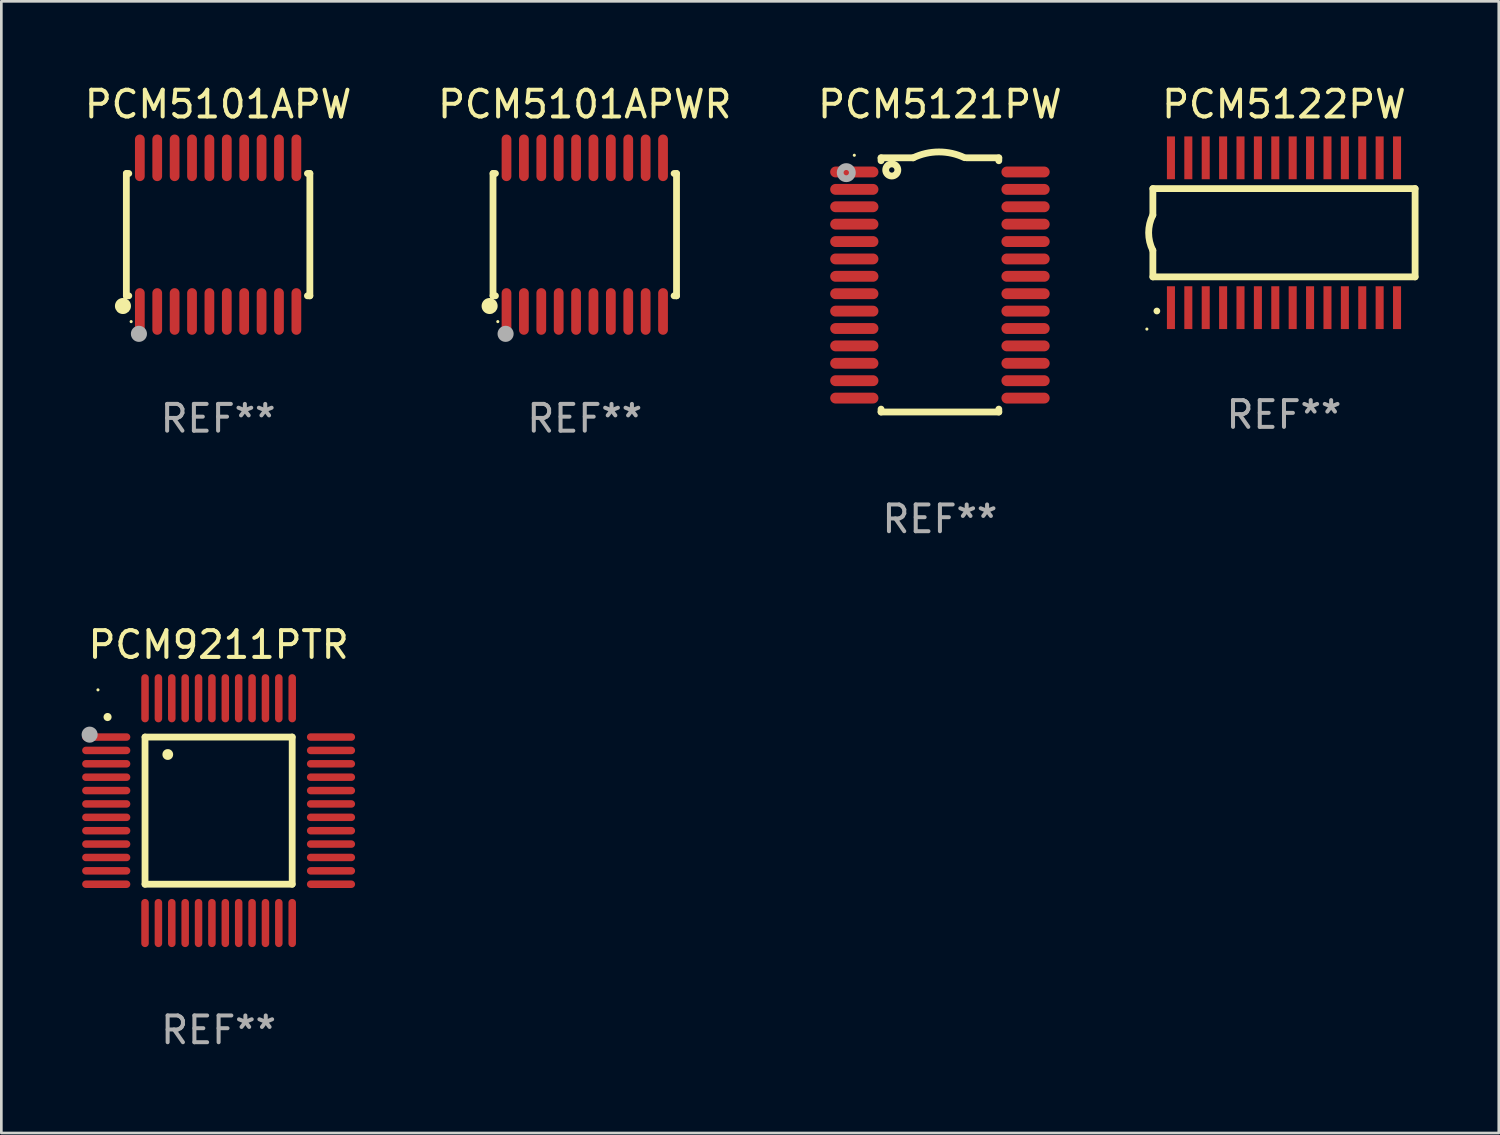
<source format=kicad_pcb>
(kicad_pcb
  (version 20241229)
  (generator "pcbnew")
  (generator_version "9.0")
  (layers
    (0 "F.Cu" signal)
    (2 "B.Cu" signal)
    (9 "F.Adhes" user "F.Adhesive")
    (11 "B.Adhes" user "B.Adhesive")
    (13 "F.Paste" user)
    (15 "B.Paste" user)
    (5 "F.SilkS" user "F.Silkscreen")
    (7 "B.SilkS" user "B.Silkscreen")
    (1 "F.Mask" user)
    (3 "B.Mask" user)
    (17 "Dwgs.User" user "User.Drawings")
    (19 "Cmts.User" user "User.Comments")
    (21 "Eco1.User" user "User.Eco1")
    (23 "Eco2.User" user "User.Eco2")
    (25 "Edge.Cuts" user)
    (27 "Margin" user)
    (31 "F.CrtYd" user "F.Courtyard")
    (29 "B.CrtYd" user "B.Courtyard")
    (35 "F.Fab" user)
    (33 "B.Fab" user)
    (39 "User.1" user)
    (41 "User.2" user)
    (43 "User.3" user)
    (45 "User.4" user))
  (footprint "PCM9211PTR"
    (layer "F.Cu")
    (at 5.12 27.245)
    (property "Reference" "PCM9211PTR" (at 0 -6.2 0) (layer "F.SilkS") (effects (font (size 1 1) (thickness 0.15))))
    (attr through_hole)
    (fp_line (start -2.75 -2.75) (end 2.75 -2.75) (stroke (width 0.254) (type solid)) (layer "F.SilkS"))
    (fp_line (start -2.75 2.75) (end -2.75 -2.75) (stroke (width 0.254) (type solid)) (layer "F.SilkS"))
    (fp_line (start 2.75 -2.75) (end 2.75 2.75) (stroke (width 0.254) (type solid)) (layer "F.SilkS"))
    (fp_line (start 2.75 2.75) (end -2.75 2.75) (stroke (width 0.254) (type solid)) (layer "F.SilkS"))
    (fp_arc (start -4.150368 -3.497587) (mid -4.150373 -3.498857) (end -4.150368 -3.500127) (stroke (width 0.3) (type solid)) (layer "F.SilkS"))
    (fp_arc (start -1.899924 -2.095504) (mid -1.89994 -2.098044) (end -1.899924 -2.100584) (stroke (width 0.4) (type solid)) (layer "F.SilkS"))
    (fp_circle (center -4.509 -4.513) (end -4.479 -4.513) (stroke (width 0.06) (type solid)) (fill no) (layer "F.SilkS"))
    (fp_circle (center -4.82 -2.84) (end -4.67 -2.84) (stroke (width 0.3) (type solid)) (fill no) (layer "F.Fab"))
    (fp_text user "REF**" (at 0 8.2 0) (layer "F.Fab") (effects (font (size 1 1) (thickness 0.15))))
    (pad "1" smd oval (at -4.2 -2.75 90) (size 0.28 1.8) (layers "F.Cu" "F.Mask" "F.Paste"))
    (pad "2" smd oval (at -4.2 -2.25 90) (size 0.28 1.8) (layers "F.Cu" "F.Mask" "F.Paste"))
    (pad "3" smd oval (at -4.2 -1.75 90) (size 0.28 1.8) (layers "F.Cu" "F.Mask" "F.Paste"))
    (pad "4" smd oval (at -4.2 -1.25 90) (size 0.28 1.8) (layers "F.Cu" "F.Mask" "F.Paste"))
    (pad "5" smd oval (at -4.2 -0.75 90) (size 0.28 1.8) (layers "F.Cu" "F.Mask" "F.Paste"))
    (pad "6" smd oval (at -4.2 -0.25 90) (size 0.28 1.8) (layers "F.Cu" "F.Mask" "F.Paste"))
    (pad "7" smd oval (at -4.2 0.25 90) (size 0.28 1.8) (layers "F.Cu" "F.Mask" "F.Paste"))
    (pad "8" smd oval (at -4.2 0.75 90) (size 0.28 1.8) (layers "F.Cu" "F.Mask" "F.Paste"))
    (pad "9" smd oval (at -4.2 1.25 90) (size 0.28 1.8) (layers "F.Cu" "F.Mask" "F.Paste"))
    (pad "10" smd oval (at -4.2 1.75 90) (size 0.28 1.8) (layers "F.Cu" "F.Mask" "F.Paste"))
    (pad "11" smd oval (at -4.2 2.25 90) (size 0.28 1.8) (layers "F.Cu" "F.Mask" "F.Paste"))
    (pad "12" smd oval (at -4.2 2.75 90) (size 0.28 1.8) (layers "F.Cu" "F.Mask" "F.Paste"))
    (pad "13" smd oval (at -2.75 4.2) (size 0.28 1.8) (layers "F.Cu" "F.Mask" "F.Paste"))
    (pad "14" smd oval (at -2.25 4.2) (size 0.28 1.8) (layers "F.Cu" "F.Mask" "F.Paste"))
    (pad "15" smd oval (at -1.75 4.2) (size 0.28 1.8) (layers "F.Cu" "F.Mask" "F.Paste"))
    (pad "16" smd oval (at -1.25 4.2) (size 0.28 1.8) (layers "F.Cu" "F.Mask" "F.Paste"))
    (pad "17" smd oval (at -0.75 4.2) (size 0.28 1.8) (layers "F.Cu" "F.Mask" "F.Paste"))
    (pad "18" smd oval (at -0.25 4.2) (size 0.28 1.8) (layers "F.Cu" "F.Mask" "F.Paste"))
    (pad "19" smd oval (at 0.25 4.2) (size 0.28 1.8) (layers "F.Cu" "F.Mask" "F.Paste"))
    (pad "20" smd oval (at 0.75 4.2) (size 0.28 1.8) (layers "F.Cu" "F.Mask" "F.Paste"))
    (pad "21" smd oval (at 1.25 4.2) (size 0.28 1.8) (layers "F.Cu" "F.Mask" "F.Paste"))
    (pad "22" smd oval (at 1.75 4.2) (size 0.28 1.8) (layers "F.Cu" "F.Mask" "F.Paste"))
    (pad "23" smd oval (at 2.25 4.2) (size 0.28 1.8) (layers "F.Cu" "F.Mask" "F.Paste"))
    (pad "24" smd oval (at 2.75 4.2) (size 0.28 1.8) (layers "F.Cu" "F.Mask" "F.Paste"))
    (pad "25" smd oval (at 4.2 2.75 90) (size 0.28 1.8) (layers "F.Cu" "F.Mask" "F.Paste"))
    (pad "26" smd oval (at 4.2 2.25 90) (size 0.28 1.8) (layers "F.Cu" "F.Mask" "F.Paste"))
    (pad "27" smd oval (at 4.2 1.75 90) (size 0.28 1.8) (layers "F.Cu" "F.Mask" "F.Paste"))
    (pad "28" smd oval (at 4.2 1.25 90) (size 0.28 1.8) (layers "F.Cu" "F.Mask" "F.Paste"))
    (pad "29" smd oval (at 4.2 0.75 90) (size 0.28 1.8) (layers "F.Cu" "F.Mask" "F.Paste"))
    (pad "30" smd oval (at 4.2 0.25 90) (size 0.28 1.8) (layers "F.Cu" "F.Mask" "F.Paste"))
    (pad "31" smd oval (at 4.2 -0.25 90) (size 0.28 1.8) (layers "F.Cu" "F.Mask" "F.Paste"))
    (pad "32" smd oval (at 4.2 -0.75 90) (size 0.28 1.8) (layers "F.Cu" "F.Mask" "F.Paste"))
    (pad "33" smd oval (at 4.2 -1.25 90) (size 0.28 1.8) (layers "F.Cu" "F.Mask" "F.Paste"))
    (pad "34" smd oval (at 4.2 -1.75 90) (size 0.28 1.8) (layers "F.Cu" "F.Mask" "F.Paste"))
    (pad "35" smd oval (at 4.2 -2.25 90) (size 0.28 1.8) (layers "F.Cu" "F.Mask" "F.Paste"))
    (pad "36" smd oval (at 4.2 -2.75 90) (size 0.28 1.8) (layers "F.Cu" "F.Mask" "F.Paste"))
    (pad "37" smd oval (at 2.75 -4.2) (size 0.28 1.8) (layers "F.Cu" "F.Mask" "F.Paste"))
    (pad "38" smd oval (at 2.25 -4.2) (size 0.28 1.8) (layers "F.Cu" "F.Mask" "F.Paste"))
    (pad "39" smd oval (at 1.75 -4.2) (size 0.28 1.8) (layers "F.Cu" "F.Mask" "F.Paste"))
    (pad "40" smd oval (at 1.25 -4.2) (size 0.28 1.8) (layers "F.Cu" "F.Mask" "F.Paste"))
    (pad "41" smd oval (at 0.75 -4.2) (size 0.28 1.8) (layers "F.Cu" "F.Mask" "F.Paste"))
    (pad "42" smd oval (at 0.25 -4.2) (size 0.28 1.8) (layers "F.Cu" "F.Mask" "F.Paste"))
    (pad "43" smd oval (at -0.25 -4.2) (size 0.28 1.8) (layers "F.Cu" "F.Mask" "F.Paste"))
    (pad "44" smd oval (at -0.75 -4.2) (size 0.28 1.8) (layers "F.Cu" "F.Mask" "F.Paste"))
    (pad "45" smd oval (at -1.25 -4.2) (size 0.28 1.8) (layers "F.Cu" "F.Mask" "F.Paste"))
    (pad "46" smd oval (at -1.75 -4.2) (size 0.28 1.8) (layers "F.Cu" "F.Mask" "F.Paste"))
    (pad "47" smd oval (at -2.25 -4.2) (size 0.28 1.8) (layers "F.Cu" "F.Mask" "F.Paste"))
    (pad "48" smd oval (at -2.75 -4.2) (size 0.28 1.8) (layers "F.Cu" "F.Mask" "F.Paste")))
  (footprint "PCM5121PW"
    (layer "F.Cu")
    (at 32.077 7.598)
    (property "Reference" "PCM5121PW" (at 0 -6.75 0) (layer "F.SilkS") (effects (font (size 1 1) (thickness 0.15))))
    (attr through_hole)
    (fp_line (start -2.2 -4.75) (end -2.2 -4.641) (stroke (width 0.254) (type solid)) (layer "F.SilkS"))
    (fp_line (start -2.2 -4.75) (end -1 -4.75) (stroke (width 0.254) (type solid)) (layer "F.SilkS"))
    (fp_line (start -2.2 4.641) (end -2.2 4.75) (stroke (width 0.254) (type solid)) (layer "F.SilkS"))
    (fp_line (start -2.2 4.75) (end 2.2 4.75) (stroke (width 0.254) (type solid)) (layer "F.SilkS"))
    (fp_line (start 2.2 -4.75) (end 1 -4.75) (stroke (width 0.254) (type solid)) (layer "F.SilkS"))
    (fp_line (start 2.2 -4.75) (end 2.2 -4.641) (stroke (width 0.254) (type solid)) (layer "F.SilkS"))
    (fp_line (start 2.2 4.641) (end 2.2 4.75) (stroke (width 0.254) (type solid)) (layer "F.SilkS"))
    (fp_arc (start -1.000025 -4.750013) (mid -0.040073 -4.969719) (end 0.920777 -4.753975) (stroke (width 0.254001) (type solid)) (layer "F.SilkS"))
    (fp_circle (center -3.2 -4.846) (end -3.17 -4.846) (stroke (width 0.06) (type solid)) (fill no) (layer "F.SilkS"))
    (fp_circle (center -1.8 -4.296) (end -1.7 -4.296) (stroke (width 0.254) (type solid)) (fill no) (layer "F.SilkS"))
    (fp_circle (center -3.5 -4.196) (end -3.4 -4.196) (stroke (width 0.254) (type solid)) (fill no) (layer "F.Fab"))
    (fp_text user "REF**" (at 0 8.75 0) (layer "F.Fab") (effects (font (size 1 1) (thickness 0.15))))
    (pad "1" smd oval (at -3.2 -4.221) (size 1.803 0.406) (layers "F.Cu" "F.Mask" "F.Paste"))
    (pad "2" smd oval (at -3.2 -3.571) (size 1.803 0.406) (layers "F.Cu" "F.Mask" "F.Paste"))
    (pad "3" smd oval (at -3.2 -2.921) (size 1.803 0.406) (layers "F.Cu" "F.Mask" "F.Paste"))
    (pad "4" smd oval (at -3.2 -2.271) (size 1.803 0.406) (layers "F.Cu" "F.Mask" "F.Paste"))
    (pad "5" smd oval (at -3.2 -1.621) (size 1.803 0.406) (layers "F.Cu" "F.Mask" "F.Paste"))
    (pad "6" smd oval (at -3.2 -0.971) (size 1.803 0.406) (layers "F.Cu" "F.Mask" "F.Paste"))
    (pad "7" smd oval (at -3.2 -0.321) (size 1.803 0.406) (layers "F.Cu" "F.Mask" "F.Paste"))
    (pad "8" smd oval (at -3.2 0.329) (size 1.803 0.406) (layers "F.Cu" "F.Mask" "F.Paste"))
    (pad "9" smd oval (at -3.2 0.979) (size 1.803 0.406) (layers "F.Cu" "F.Mask" "F.Paste"))
    (pad "10" smd oval (at -3.2 1.629) (size 1.803 0.406) (layers "F.Cu" "F.Mask" "F.Paste"))
    (pad "11" smd oval (at -3.2 2.279) (size 1.803 0.406) (layers "F.Cu" "F.Mask" "F.Paste"))
    (pad "12" smd oval (at -3.2 2.929) (size 1.803 0.406) (layers "F.Cu" "F.Mask" "F.Paste"))
    (pad "13" smd oval (at -3.2 3.579) (size 1.803 0.406) (layers "F.Cu" "F.Mask" "F.Paste"))
    (pad "14" smd oval (at -3.2 4.229) (size 1.803 0.406) (layers "F.Cu" "F.Mask" "F.Paste"))
    (pad "15" smd oval (at 3.2 4.229) (size 1.803 0.406) (layers "F.Cu" "F.Mask" "F.Paste"))
    (pad "16" smd oval (at 3.2 3.579) (size 1.803 0.406) (layers "F.Cu" "F.Mask" "F.Paste"))
    (pad "17" smd oval (at 3.2 2.929) (size 1.803 0.406) (layers "F.Cu" "F.Mask" "F.Paste"))
    (pad "18" smd oval (at 3.2 2.279) (size 1.803 0.406) (layers "F.Cu" "F.Mask" "F.Paste"))
    (pad "19" smd oval (at 3.2 1.629) (size 1.803 0.406) (layers "F.Cu" "F.Mask" "F.Paste"))
    (pad "20" smd oval (at 3.2 0.979) (size 1.803 0.406) (layers "F.Cu" "F.Mask" "F.Paste"))
    (pad "21" smd oval (at 3.2 0.329) (size 1.803 0.406) (layers "F.Cu" "F.Mask" "F.Paste"))
    (pad "22" smd oval (at 3.2 -0.321) (size 1.803 0.406) (layers "F.Cu" "F.Mask" "F.Paste"))
    (pad "23" smd oval (at 3.2 -0.971) (size 1.803 0.406) (layers "F.Cu" "F.Mask" "F.Paste"))
    (pad "24" smd oval (at 3.2 -1.621) (size 1.803 0.406) (layers "F.Cu" "F.Mask" "F.Paste"))
    (pad "25" smd oval (at 3.2 -2.271) (size 1.803 0.406) (layers "F.Cu" "F.Mask" "F.Paste"))
    (pad "26" smd oval (at 3.2 -2.921) (size 1.803 0.406) (layers "F.Cu" "F.Mask" "F.Paste"))
    (pad "27" smd oval (at 3.2 -3.571) (size 1.803 0.406) (layers "F.Cu" "F.Mask" "F.Paste"))
    (pad "28" smd oval (at 3.2 -4.221) (size 1.803 0.406) (layers "F.Cu" "F.Mask" "F.Paste")))
  (footprint "PCM5101APWR"
    (layer "F.Cu")
    (at 18.804 5.719)
    (property "Reference" "PCM5101APWR" (at 0 -4.871 0) (layer "F.SilkS") (effects (font (size 1 1) (thickness 0.15))))
    (attr through_hole)
    (fp_line (start -3.429 -2.286) (end -3.429 2.286) (stroke (width 0.254) (type solid)) (layer "F.SilkS"))
    (fp_line (start -3.429 2.286) (end -3.338 2.286) (stroke (width 0.254) (type solid)) (layer "F.SilkS"))
    (fp_line (start -3.338 -2.286) (end -3.429 -2.286) (stroke (width 0.254) (type solid)) (layer "F.SilkS"))
    (fp_line (start 3.338 -2.286) (end 3.429 -2.286) (stroke (width 0.254) (type solid)) (layer "F.SilkS"))
    (fp_line (start 3.429 -2.286) (end 3.429 2.286) (stroke (width 0.254) (type solid)) (layer "F.SilkS"))
    (fp_line (start 3.429 2.286) (end 3.338 2.286) (stroke (width 0.254) (type solid)) (layer "F.SilkS"))
    (fp_circle (center -3.556 2.667) (end -3.406 2.667) (stroke (width 0.3) (type solid)) (fill no) (layer "F.SilkS"))
    (fp_circle (center -3.25 3.25) (end -3.22 3.25) (stroke (width 0.06) (type solid)) (fill no) (layer "F.SilkS"))
    (fp_circle (center -2.959 3.707) (end -2.808 3.707) (stroke (width 0.3) (type solid)) (fill no) (layer "F.Fab"))
    (fp_text user "REF**" (at 0 6.871 0) (layer "F.Fab") (effects (font (size 1 1) (thickness 0.15))))
    (pad "1" smd oval (at -2.925 2.871) (size 0.364 1.742) (layers "F.Cu" "F.Mask" "F.Paste"))
    (pad "2" smd oval (at -2.275 2.871) (size 0.364 1.742) (layers "F.Cu" "F.Mask" "F.Paste"))
    (pad "3" smd oval (at -1.625 2.871) (size 0.364 1.742) (layers "F.Cu" "F.Mask" "F.Paste"))
    (pad "4" smd oval (at -0.975 2.871) (size 0.364 1.742) (layers "F.Cu" "F.Mask" "F.Paste"))
    (pad "5" smd oval (at -0.325 2.871) (size 0.364 1.742) (layers "F.Cu" "F.Mask" "F.Paste"))
    (pad "6" smd oval (at 0.325 2.871) (size 0.364 1.742) (layers "F.Cu" "F.Mask" "F.Paste"))
    (pad "7" smd oval (at 0.975 2.871) (size 0.364 1.742) (layers "F.Cu" "F.Mask" "F.Paste"))
    (pad "8" smd oval (at 1.625 2.871) (size 0.364 1.742) (layers "F.Cu" "F.Mask" "F.Paste"))
    (pad "9" smd oval (at 2.275 2.871) (size 0.364 1.742) (layers "F.Cu" "F.Mask" "F.Paste"))
    (pad "10" smd oval (at 2.925 2.871) (size 0.364 1.742) (layers "F.Cu" "F.Mask" "F.Paste"))
    (pad "11" smd oval (at 2.925 -2.871) (size 0.364 1.742) (layers "F.Cu" "F.Mask" "F.Paste"))
    (pad "12" smd oval (at 2.275 -2.871) (size 0.364 1.742) (layers "F.Cu" "F.Mask" "F.Paste"))
    (pad "13" smd oval (at 1.625 -2.871) (size 0.364 1.742) (layers "F.Cu" "F.Mask" "F.Paste"))
    (pad "14" smd oval (at 0.975 -2.871) (size 0.364 1.742) (layers "F.Cu" "F.Mask" "F.Paste"))
    (pad "15" smd oval (at 0.325 -2.871) (size 0.364 1.742) (layers "F.Cu" "F.Mask" "F.Paste"))
    (pad "16" smd oval (at -0.325 -2.871) (size 0.364 1.742) (layers "F.Cu" "F.Mask" "F.Paste"))
    (pad "17" smd oval (at -0.975 -2.871) (size 0.364 1.742) (layers "F.Cu" "F.Mask" "F.Paste"))
    (pad "18" smd oval (at -1.625 -2.871) (size 0.364 1.742) (layers "F.Cu" "F.Mask" "F.Paste"))
    (pad "19" smd oval (at -2.275 -2.871) (size 0.364 1.742) (layers "F.Cu" "F.Mask" "F.Paste"))
    (pad "20" smd oval (at -2.925 -2.871) (size 0.364 1.742) (layers "F.Cu" "F.Mask" "F.Paste")))
  (footprint "PCM5122PW"
    (layer "F.Cu")
    (at 44.935 5.648)
    (property "Reference" "PCM5122PW" (at 0 -4.8 0) (layer "F.SilkS") (effects (font (size 1 1) (thickness 0.15))))
    (attr through_hole)
    (fp_line (start -4.9 -1.65) (end -4.9 -0.66) (stroke (width 0.254) (type solid)) (layer "F.SilkS"))
    (fp_line (start -4.9 1.65) (end -4.9 0.659) (stroke (width 0.254) (type solid)) (layer "F.SilkS"))
    (fp_line (start -4.9 -1.65) (end 4.9 -1.65) (stroke (width 0.254) (type solid)) (layer "F.SilkS"))
    (fp_line (start -4.9 1.649) (end 4.9 1.649) (stroke (width 0.254) (type solid)) (layer "F.SilkS"))
    (fp_line (start 4.9 -1.65) (end 4.9 1.649) (stroke (width 0.254) (type solid)) (layer "F.SilkS"))
    (fp_arc (start -4.902197 0.659894) (mid -5.058097 -0.000508) (end -4.902197 -0.660909) (stroke (width 0.254001) (type solid)) (layer "F.SilkS"))
    (fp_arc (start -4.750711 2.926238) (mid -4.750717 2.924968) (end -4.750711 2.923698) (stroke (width 0.24892) (type solid)) (layer "F.SilkS"))
    (fp_circle (center -5.124 3.6) (end -5.094 3.6) (stroke (width 0.06) (type solid)) (fill no) (layer "F.SilkS"))
    (fp_text user "REF**" (at 0 6.8 0) (layer "F.Fab") (effects (font (size 1 1) (thickness 0.15))))
    (pad "1" smd rect (at -4.225 2.8 90) (size 1.6 0.3) (layers "F.Cu" "F.Mask" "F.Paste"))
    (pad "2" smd rect (at -3.575 2.8 90) (size 1.6 0.3) (layers "F.Cu" "F.Mask" "F.Paste"))
    (pad "3" smd rect (at -2.925 2.8 90) (size 1.6 0.3) (layers "F.Cu" "F.Mask" "F.Paste"))
    (pad "4" smd rect (at -2.275 2.8 90) (size 1.6 0.3) (layers "F.Cu" "F.Mask" "F.Paste"))
    (pad "5" smd rect (at -1.625 2.8 90) (size 1.6 0.3) (layers "F.Cu" "F.Mask" "F.Paste"))
    (pad "6" smd rect (at -0.975 2.8 90) (size 1.6 0.3) (layers "F.Cu" "F.Mask" "F.Paste"))
    (pad "7" smd rect (at -0.325 2.8 90) (size 1.6 0.3) (layers "F.Cu" "F.Mask" "F.Paste"))
    (pad "8" smd rect (at 0.325 2.8 90) (size 1.6 0.3) (layers "F.Cu" "F.Mask" "F.Paste"))
    (pad "9" smd rect (at 0.975 2.8 90) (size 1.6 0.3) (layers "F.Cu" "F.Mask" "F.Paste"))
    (pad "10" smd rect (at 1.625 2.8 90) (size 1.6 0.3) (layers "F.Cu" "F.Mask" "F.Paste"))
    (pad "11" smd rect (at 2.275 2.8 90) (size 1.6 0.3) (layers "F.Cu" "F.Mask" "F.Paste"))
    (pad "12" smd rect (at 2.925 2.8 90) (size 1.6 0.3) (layers "F.Cu" "F.Mask" "F.Paste"))
    (pad "13" smd rect (at 3.575 2.8 90) (size 1.6 0.3) (layers "F.Cu" "F.Mask" "F.Paste"))
    (pad "14" smd rect (at 4.225 2.8 90) (size 1.6 0.3) (layers "F.Cu" "F.Mask" "F.Paste"))
    (pad "15" smd rect (at 4.225 -2.8 90) (size 1.6 0.3) (layers "F.Cu" "F.Mask" "F.Paste"))
    (pad "16" smd rect (at 3.575 -2.8 90) (size 1.6 0.3) (layers "F.Cu" "F.Mask" "F.Paste"))
    (pad "17" smd rect (at 2.925 -2.8 90) (size 1.6 0.3) (layers "F.Cu" "F.Mask" "F.Paste"))
    (pad "18" smd rect (at 2.275 -2.8 90) (size 1.6 0.3) (layers "F.Cu" "F.Mask" "F.Paste"))
    (pad "19" smd rect (at 1.625 -2.8 90) (size 1.6 0.3) (layers "F.Cu" "F.Mask" "F.Paste"))
    (pad "20" smd rect (at 0.975 -2.8 90) (size 1.6 0.3) (layers "F.Cu" "F.Mask" "F.Paste"))
    (pad "21" smd rect (at 0.325 -2.8 90) (size 1.6 0.3) (layers "F.Cu" "F.Mask" "F.Paste"))
    (pad "22" smd rect (at -0.325 -2.8 90) (size 1.6 0.3) (layers "F.Cu" "F.Mask" "F.Paste"))
    (pad "23" smd rect (at -0.975 -2.8 90) (size 1.6 0.3) (layers "F.Cu" "F.Mask" "F.Paste"))
    (pad "24" smd rect (at -1.625 -2.8 90) (size 1.6 0.3) (layers "F.Cu" "F.Mask" "F.Paste"))
    (pad "25" smd rect (at -2.275 -2.8 90) (size 1.6 0.3) (layers "F.Cu" "F.Mask" "F.Paste"))
    (pad "26" smd rect (at -2.925 -2.8 90) (size 1.6 0.3) (layers "F.Cu" "F.Mask" "F.Paste"))
    (pad "27" smd rect (at -3.575 -2.8 90) (size 1.6 0.3) (layers "F.Cu" "F.Mask" "F.Paste"))
    (pad "28" smd rect (at -4.225 -2.8 90) (size 1.6 0.3) (layers "F.Cu" "F.Mask" "F.Paste")))
  (footprint "PCM5101APW"
    (layer "F.Cu")
    (at 5.101 5.719)
    (property "Reference" "PCM5101APW" (at 0 -4.871 0) (layer "F.SilkS") (effects (font (size 1 1) (thickness 0.15))))
    (attr through_hole)
    (fp_line (start -3.429 -2.286) (end -3.429 2.286) (stroke (width 0.254) (type solid)) (layer "F.SilkS"))
    (fp_line (start -3.429 2.286) (end -3.338 2.286) (stroke (width 0.254) (type solid)) (layer "F.SilkS"))
    (fp_line (start -3.338 -2.286) (end -3.429 -2.286) (stroke (width 0.254) (type solid)) (layer "F.SilkS"))
    (fp_line (start 3.338 -2.286) (end 3.429 -2.286) (stroke (width 0.254) (type solid)) (layer "F.SilkS"))
    (fp_line (start 3.429 -2.286) (end 3.429 2.286) (stroke (width 0.254) (type solid)) (layer "F.SilkS"))
    (fp_line (start 3.429 2.286) (end 3.338 2.286) (stroke (width 0.254) (type solid)) (layer "F.SilkS"))
    (fp_circle (center -3.556 2.667) (end -3.406 2.667) (stroke (width 0.3) (type solid)) (fill no) (layer "F.SilkS"))
    (fp_circle (center -3.25 3.25) (end -3.22 3.25) (stroke (width 0.06) (type solid)) (fill no) (layer "F.SilkS"))
    (fp_circle (center -2.959 3.707) (end -2.808 3.707) (stroke (width 0.3) (type solid)) (fill no) (layer "F.Fab"))
    (fp_text user "REF**" (at 0 6.871 0) (layer "F.Fab") (effects (font (size 1 1) (thickness 0.15))))
    (pad "1" smd oval (at -2.925 2.871) (size 0.364 1.742) (layers "F.Cu" "F.Mask" "F.Paste"))
    (pad "2" smd oval (at -2.275 2.871) (size 0.364 1.742) (layers "F.Cu" "F.Mask" "F.Paste"))
    (pad "3" smd oval (at -1.625 2.871) (size 0.364 1.742) (layers "F.Cu" "F.Mask" "F.Paste"))
    (pad "4" smd oval (at -0.975 2.871) (size 0.364 1.742) (layers "F.Cu" "F.Mask" "F.Paste"))
    (pad "5" smd oval (at -0.325 2.871) (size 0.364 1.742) (layers "F.Cu" "F.Mask" "F.Paste"))
    (pad "6" smd oval (at 0.325 2.871) (size 0.364 1.742) (layers "F.Cu" "F.Mask" "F.Paste"))
    (pad "7" smd oval (at 0.975 2.871) (size 0.364 1.742) (layers "F.Cu" "F.Mask" "F.Paste"))
    (pad "8" smd oval (at 1.625 2.871) (size 0.364 1.742) (layers "F.Cu" "F.Mask" "F.Paste"))
    (pad "9" smd oval (at 2.275 2.871) (size 0.364 1.742) (layers "F.Cu" "F.Mask" "F.Paste"))
    (pad "10" smd oval (at 2.925 2.871) (size 0.364 1.742) (layers "F.Cu" "F.Mask" "F.Paste"))
    (pad "11" smd oval (at 2.925 -2.871) (size 0.364 1.742) (layers "F.Cu" "F.Mask" "F.Paste"))
    (pad "12" smd oval (at 2.275 -2.871) (size 0.364 1.742) (layers "F.Cu" "F.Mask" "F.Paste"))
    (pad "13" smd oval (at 1.625 -2.871) (size 0.364 1.742) (layers "F.Cu" "F.Mask" "F.Paste"))
    (pad "14" smd oval (at 0.975 -2.871) (size 0.364 1.742) (layers "F.Cu" "F.Mask" "F.Paste"))
    (pad "15" smd oval (at 0.325 -2.871) (size 0.364 1.742) (layers "F.Cu" "F.Mask" "F.Paste"))
    (pad "16" smd oval (at -0.325 -2.871) (size 0.364 1.742) (layers "F.Cu" "F.Mask" "F.Paste"))
    (pad "17" smd oval (at -0.975 -2.871) (size 0.364 1.742) (layers "F.Cu" "F.Mask" "F.Paste"))
    (pad "18" smd oval (at -1.625 -2.871) (size 0.364 1.742) (layers "F.Cu" "F.Mask" "F.Paste"))
    (pad "19" smd oval (at -2.275 -2.871) (size 0.364 1.742) (layers "F.Cu" "F.Mask" "F.Paste"))
    (pad "20" smd oval (at -2.925 -2.871) (size 0.364 1.742) (layers "F.Cu" "F.Mask" "F.Paste")))
  (gr_rect
    (start -3 -3)
    (end 52.962 39.293)
    (stroke (width 0.1) (type default))
    (fill no)
    (layer "Edge.Cuts")))
</source>
